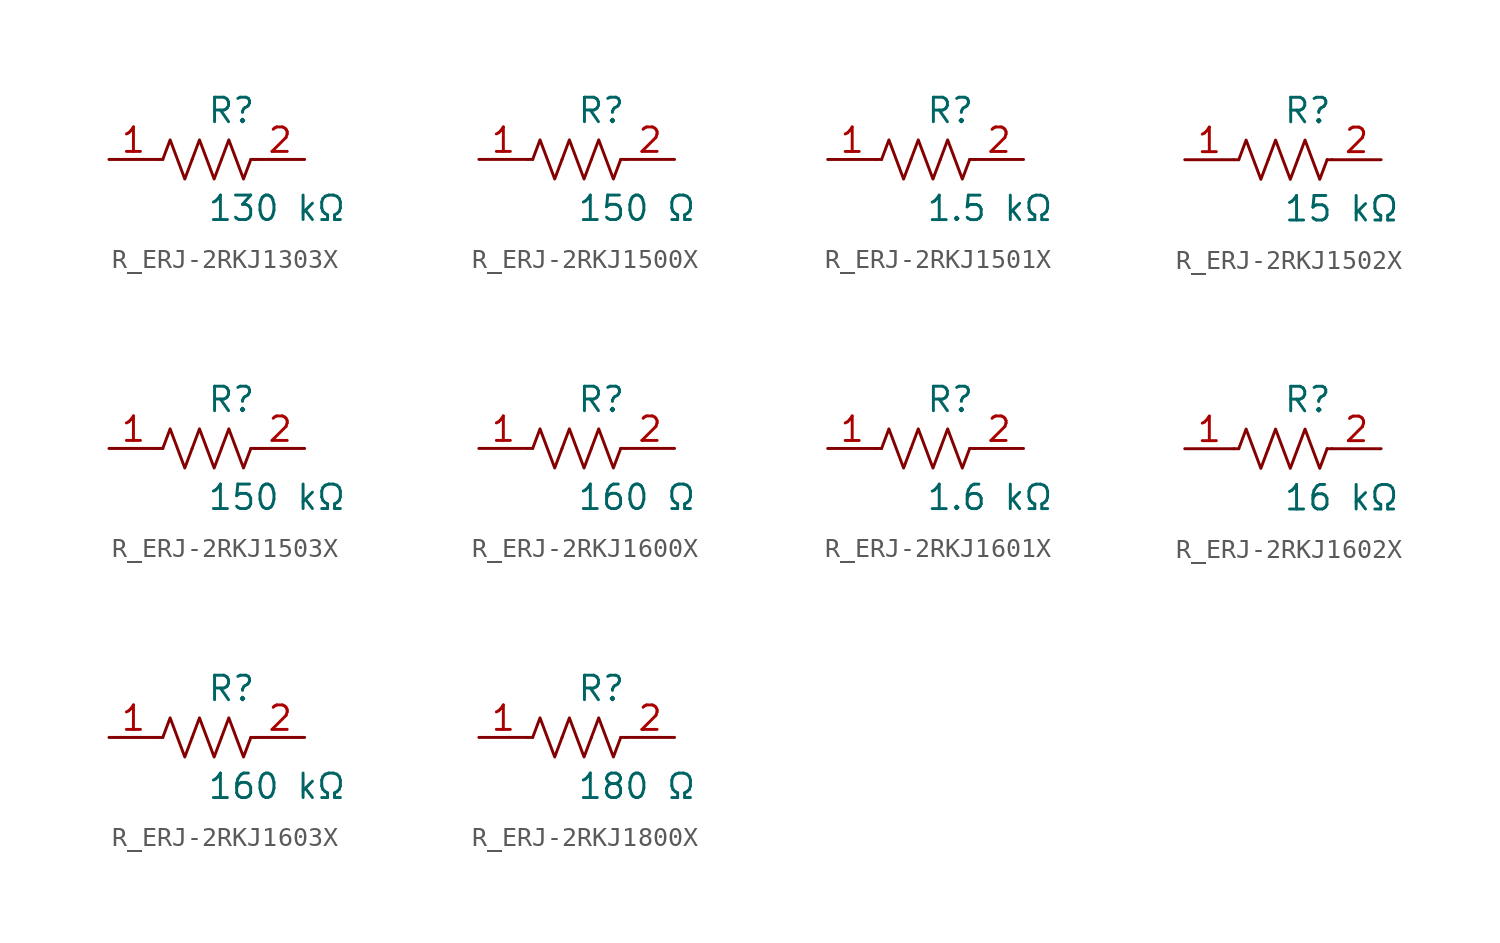
<source format=kicad_sym>
(kicad_symbol_lib
  (version 20231120)
  (generator kicad_symbol_editor)
  (generator_version 8.0)
  (symbol "R_ERJ-2RKJ1303X"
    (pin_names
      (offset 0.254))
    (property "Reference" "R"
      (at 0 2.54 0)
      (effects (font (size 1.27 1.27)) (justify left)))
    (property "Value" "130 kΩ"
      (at 0 -2.54 0)
      (effects (font (size 1.27 1.27)) (justify left)))
    (symbol "R_ERJ-2RKJ1303X_0_1"
      (polyline (pts (xy 2.286 0) (xy 2.54 0)) (stroke (width 0) (type default)) (fill (type none)))
      (polyline (pts (xy -2.286 0) (xy -2.54 0)) (stroke (width 0) (type default)) (fill (type none)))
      (polyline (pts (xy 0.762 0) (xy 1.143 1.016) (xy 1.524 0) (xy 1.905 -1.016) (xy 2.286 0)) (stroke (width 0) (type default)) (fill (type none)))
      (polyline (pts (xy -0.762 0) (xy -0.381 1.016) (xy 0 0) (xy 0.381 -1.016) (xy 0.762 0)) (stroke (width 0) (type default)) (fill (type none)))
      (polyline (pts (xy -2.286 0) (xy -1.905 1.016) (xy -1.524 0) (xy -1.143 -1.016) (xy -0.762 0)) (stroke (width 0) (type default)) (fill (type none))))
    (pin unspecified line
      (at -5.08 0 0)
      (length 2.54)
      (name "" (effects (font (size 1.27 1.27))))
      (number "1" (effects (font (size 1.27 1.27)))))
    (pin unspecified line
      (at 5.08 0 180)
      (length 2.54)
      (name "" (effects (font (size 1.27 1.27))))
      (number "2" (effects (font (size 1.27 1.27))))))
  (symbol "R_ERJ-2RKJ1500X"
    (pin_names
      (offset 0.254))
    (property "Reference" "R"
      (at 0 2.54 0)
      (effects (font (size 1.27 1.27)) (justify left)))
    (property "Value" "150 Ω"
      (at 0 -2.54 0)
      (effects (font (size 1.27 1.27)) (justify left)))
    (symbol "R_ERJ-2RKJ1500X_0_1"
      (polyline (pts (xy 2.286 0) (xy 2.54 0)) (stroke (width 0) (type default)) (fill (type none)))
      (polyline (pts (xy -2.286 0) (xy -2.54 0)) (stroke (width 0) (type default)) (fill (type none)))
      (polyline (pts (xy 0.762 0) (xy 1.143 1.016) (xy 1.524 0) (xy 1.905 -1.016) (xy 2.286 0)) (stroke (width 0) (type default)) (fill (type none)))
      (polyline (pts (xy -0.762 0) (xy -0.381 1.016) (xy 0 0) (xy 0.381 -1.016) (xy 0.762 0)) (stroke (width 0) (type default)) (fill (type none)))
      (polyline (pts (xy -2.286 0) (xy -1.905 1.016) (xy -1.524 0) (xy -1.143 -1.016) (xy -0.762 0)) (stroke (width 0) (type default)) (fill (type none))))
    (pin unspecified line
      (at -5.08 0 0)
      (length 2.54)
      (name "" (effects (font (size 1.27 1.27))))
      (number "1" (effects (font (size 1.27 1.27)))))
    (pin unspecified line
      (at 5.08 0 180)
      (length 2.54)
      (name "" (effects (font (size 1.27 1.27))))
      (number "2" (effects (font (size 1.27 1.27))))))
  (symbol "R_ERJ-2RKJ1501X"
    (pin_names
      (offset 0.254))
    (property "Reference" "R"
      (at 0 2.54 0)
      (effects (font (size 1.27 1.27)) (justify left)))
    (property "Value" "1.5 kΩ"
      (at 0 -2.54 0)
      (effects (font (size 1.27 1.27)) (justify left)))
    (symbol "R_ERJ-2RKJ1501X_0_1"
      (polyline (pts (xy 2.286 0) (xy 2.54 0)) (stroke (width 0) (type default)) (fill (type none)))
      (polyline (pts (xy -2.286 0) (xy -2.54 0)) (stroke (width 0) (type default)) (fill (type none)))
      (polyline (pts (xy 0.762 0) (xy 1.143 1.016) (xy 1.524 0) (xy 1.905 -1.016) (xy 2.286 0)) (stroke (width 0) (type default)) (fill (type none)))
      (polyline (pts (xy -0.762 0) (xy -0.381 1.016) (xy 0 0) (xy 0.381 -1.016) (xy 0.762 0)) (stroke (width 0) (type default)) (fill (type none)))
      (polyline (pts (xy -2.286 0) (xy -1.905 1.016) (xy -1.524 0) (xy -1.143 -1.016) (xy -0.762 0)) (stroke (width 0) (type default)) (fill (type none))))
    (pin unspecified line
      (at -5.08 0 0)
      (length 2.54)
      (name "" (effects (font (size 1.27 1.27))))
      (number "1" (effects (font (size 1.27 1.27)))))
    (pin unspecified line
      (at 5.08 0 180)
      (length 2.54)
      (name "" (effects (font (size 1.27 1.27))))
      (number "2" (effects (font (size 1.27 1.27))))))
  (symbol "R_ERJ-2RKJ1502X"
    (pin_names
      (offset 0.254))
    (property "Reference" "R"
      (at 0 2.54 0)
      (effects (font (size 1.27 1.27)) (justify left)))
    (property "Value" "15 kΩ"
      (at 0 -2.54 0)
      (effects (font (size 1.27 1.27)) (justify left)))
    (symbol "R_ERJ-2RKJ1502X_0_1"
      (polyline (pts (xy 2.286 0) (xy 2.54 0)) (stroke (width 0) (type default)) (fill (type none)))
      (polyline (pts (xy -2.286 0) (xy -2.54 0)) (stroke (width 0) (type default)) (fill (type none)))
      (polyline (pts (xy 0.762 0) (xy 1.143 1.016) (xy 1.524 0) (xy 1.905 -1.016) (xy 2.286 0)) (stroke (width 0) (type default)) (fill (type none)))
      (polyline (pts (xy -0.762 0) (xy -0.381 1.016) (xy 0 0) (xy 0.381 -1.016) (xy 0.762 0)) (stroke (width 0) (type default)) (fill (type none)))
      (polyline (pts (xy -2.286 0) (xy -1.905 1.016) (xy -1.524 0) (xy -1.143 -1.016) (xy -0.762 0)) (stroke (width 0) (type default)) (fill (type none))))
    (pin unspecified line
      (at -5.08 0 0)
      (length 2.54)
      (name "" (effects (font (size 1.27 1.27))))
      (number "1" (effects (font (size 1.27 1.27)))))
    (pin unspecified line
      (at 5.08 0 180)
      (length 2.54)
      (name "" (effects (font (size 1.27 1.27))))
      (number "2" (effects (font (size 1.27 1.27))))))
  (symbol "R_ERJ-2RKJ1503X"
    (pin_names
      (offset 0.254))
    (property "Reference" "R"
      (at 0 2.54 0)
      (effects (font (size 1.27 1.27)) (justify left)))
    (property "Value" "150 kΩ"
      (at 0 -2.54 0)
      (effects (font (size 1.27 1.27)) (justify left)))
    (symbol "R_ERJ-2RKJ1503X_0_1"
      (polyline (pts (xy 2.286 0) (xy 2.54 0)) (stroke (width 0) (type default)) (fill (type none)))
      (polyline (pts (xy -2.286 0) (xy -2.54 0)) (stroke (width 0) (type default)) (fill (type none)))
      (polyline (pts (xy 0.762 0) (xy 1.143 1.016) (xy 1.524 0) (xy 1.905 -1.016) (xy 2.286 0)) (stroke (width 0) (type default)) (fill (type none)))
      (polyline (pts (xy -0.762 0) (xy -0.381 1.016) (xy 0 0) (xy 0.381 -1.016) (xy 0.762 0)) (stroke (width 0) (type default)) (fill (type none)))
      (polyline (pts (xy -2.286 0) (xy -1.905 1.016) (xy -1.524 0) (xy -1.143 -1.016) (xy -0.762 0)) (stroke (width 0) (type default)) (fill (type none))))
    (pin unspecified line
      (at -5.08 0 0)
      (length 2.54)
      (name "" (effects (font (size 1.27 1.27))))
      (number "1" (effects (font (size 1.27 1.27)))))
    (pin unspecified line
      (at 5.08 0 180)
      (length 2.54)
      (name "" (effects (font (size 1.27 1.27))))
      (number "2" (effects (font (size 1.27 1.27))))))
  (symbol "R_ERJ-2RKJ1600X"
    (pin_names
      (offset 0.254))
    (property "Reference" "R"
      (at 0 2.54 0)
      (effects (font (size 1.27 1.27)) (justify left)))
    (property "Value" "160 Ω"
      (at 0 -2.54 0)
      (effects (font (size 1.27 1.27)) (justify left)))
    (symbol "R_ERJ-2RKJ1600X_0_1"
      (polyline (pts (xy 2.286 0) (xy 2.54 0)) (stroke (width 0) (type default)) (fill (type none)))
      (polyline (pts (xy -2.286 0) (xy -2.54 0)) (stroke (width 0) (type default)) (fill (type none)))
      (polyline (pts (xy 0.762 0) (xy 1.143 1.016) (xy 1.524 0) (xy 1.905 -1.016) (xy 2.286 0)) (stroke (width 0) (type default)) (fill (type none)))
      (polyline (pts (xy -0.762 0) (xy -0.381 1.016) (xy 0 0) (xy 0.381 -1.016) (xy 0.762 0)) (stroke (width 0) (type default)) (fill (type none)))
      (polyline (pts (xy -2.286 0) (xy -1.905 1.016) (xy -1.524 0) (xy -1.143 -1.016) (xy -0.762 0)) (stroke (width 0) (type default)) (fill (type none))))
    (pin unspecified line
      (at -5.08 0 0)
      (length 2.54)
      (name "" (effects (font (size 1.27 1.27))))
      (number "1" (effects (font (size 1.27 1.27)))))
    (pin unspecified line
      (at 5.08 0 180)
      (length 2.54)
      (name "" (effects (font (size 1.27 1.27))))
      (number "2" (effects (font (size 1.27 1.27))))))
  (symbol "R_ERJ-2RKJ1601X"
    (pin_names
      (offset 0.254))
    (property "Reference" "R"
      (at 0 2.54 0)
      (effects (font (size 1.27 1.27)) (justify left)))
    (property "Value" "1.6 kΩ"
      (at 0 -2.54 0)
      (effects (font (size 1.27 1.27)) (justify left)))
    (symbol "R_ERJ-2RKJ1601X_0_1"
      (polyline (pts (xy 2.286 0) (xy 2.54 0)) (stroke (width 0) (type default)) (fill (type none)))
      (polyline (pts (xy -2.286 0) (xy -2.54 0)) (stroke (width 0) (type default)) (fill (type none)))
      (polyline (pts (xy 0.762 0) (xy 1.143 1.016) (xy 1.524 0) (xy 1.905 -1.016) (xy 2.286 0)) (stroke (width 0) (type default)) (fill (type none)))
      (polyline (pts (xy -0.762 0) (xy -0.381 1.016) (xy 0 0) (xy 0.381 -1.016) (xy 0.762 0)) (stroke (width 0) (type default)) (fill (type none)))
      (polyline (pts (xy -2.286 0) (xy -1.905 1.016) (xy -1.524 0) (xy -1.143 -1.016) (xy -0.762 0)) (stroke (width 0) (type default)) (fill (type none))))
    (pin unspecified line
      (at -5.08 0 0)
      (length 2.54)
      (name "" (effects (font (size 1.27 1.27))))
      (number "1" (effects (font (size 1.27 1.27)))))
    (pin unspecified line
      (at 5.08 0 180)
      (length 2.54)
      (name "" (effects (font (size 1.27 1.27))))
      (number "2" (effects (font (size 1.27 1.27))))))
  (symbol "R_ERJ-2RKJ1602X"
    (pin_names
      (offset 0.254))
    (property "Reference" "R"
      (at 0 2.54 0)
      (effects (font (size 1.27 1.27)) (justify left)))
    (property "Value" "16 kΩ"
      (at 0 -2.54 0)
      (effects (font (size 1.27 1.27)) (justify left)))
    (symbol "R_ERJ-2RKJ1602X_0_1"
      (polyline (pts (xy 2.286 0) (xy 2.54 0)) (stroke (width 0) (type default)) (fill (type none)))
      (polyline (pts (xy -2.286 0) (xy -2.54 0)) (stroke (width 0) (type default)) (fill (type none)))
      (polyline (pts (xy 0.762 0) (xy 1.143 1.016) (xy 1.524 0) (xy 1.905 -1.016) (xy 2.286 0)) (stroke (width 0) (type default)) (fill (type none)))
      (polyline (pts (xy -0.762 0) (xy -0.381 1.016) (xy 0 0) (xy 0.381 -1.016) (xy 0.762 0)) (stroke (width 0) (type default)) (fill (type none)))
      (polyline (pts (xy -2.286 0) (xy -1.905 1.016) (xy -1.524 0) (xy -1.143 -1.016) (xy -0.762 0)) (stroke (width 0) (type default)) (fill (type none))))
    (pin unspecified line
      (at -5.08 0 0)
      (length 2.54)
      (name "" (effects (font (size 1.27 1.27))))
      (number "1" (effects (font (size 1.27 1.27)))))
    (pin unspecified line
      (at 5.08 0 180)
      (length 2.54)
      (name "" (effects (font (size 1.27 1.27))))
      (number "2" (effects (font (size 1.27 1.27))))))
  (symbol "R_ERJ-2RKJ1603X"
    (pin_names
      (offset 0.254))
    (property "Reference" "R"
      (at 0 2.54 0)
      (effects (font (size 1.27 1.27)) (justify left)))
    (property "Value" "160 kΩ"
      (at 0 -2.54 0)
      (effects (font (size 1.27 1.27)) (justify left)))
    (symbol "R_ERJ-2RKJ1603X_0_1"
      (polyline (pts (xy 2.286 0) (xy 2.54 0)) (stroke (width 0) (type default)) (fill (type none)))
      (polyline (pts (xy -2.286 0) (xy -2.54 0)) (stroke (width 0) (type default)) (fill (type none)))
      (polyline (pts (xy 0.762 0) (xy 1.143 1.016) (xy 1.524 0) (xy 1.905 -1.016) (xy 2.286 0)) (stroke (width 0) (type default)) (fill (type none)))
      (polyline (pts (xy -0.762 0) (xy -0.381 1.016) (xy 0 0) (xy 0.381 -1.016) (xy 0.762 0)) (stroke (width 0) (type default)) (fill (type none)))
      (polyline (pts (xy -2.286 0) (xy -1.905 1.016) (xy -1.524 0) (xy -1.143 -1.016) (xy -0.762 0)) (stroke (width 0) (type default)) (fill (type none))))
    (pin unspecified line
      (at -5.08 0 0)
      (length 2.54)
      (name "" (effects (font (size 1.27 1.27))))
      (number "1" (effects (font (size 1.27 1.27)))))
    (pin unspecified line
      (at 5.08 0 180)
      (length 2.54)
      (name "" (effects (font (size 1.27 1.27))))
      (number "2" (effects (font (size 1.27 1.27))))))
  (symbol "R_ERJ-2RKJ1800X"
    (pin_names
      (offset 0.254))
    (property "Reference" "R"
      (at 0 2.54 0)
      (effects (font (size 1.27 1.27)) (justify left)))
    (property "Value" "180 Ω"
      (at 0 -2.54 0)
      (effects (font (size 1.27 1.27)) (justify left)))
    (symbol "R_ERJ-2RKJ1800X_0_1"
      (polyline (pts (xy 2.286 0) (xy 2.54 0)) (stroke (width 0) (type default)) (fill (type none)))
      (polyline (pts (xy -2.286 0) (xy -2.54 0)) (stroke (width 0) (type default)) (fill (type none)))
      (polyline (pts (xy 0.762 0) (xy 1.143 1.016) (xy 1.524 0) (xy 1.905 -1.016) (xy 2.286 0)) (stroke (width 0) (type default)) (fill (type none)))
      (polyline (pts (xy -0.762 0) (xy -0.381 1.016) (xy 0 0) (xy 0.381 -1.016) (xy 0.762 0)) (stroke (width 0) (type default)) (fill (type none)))
      (polyline (pts (xy -2.286 0) (xy -1.905 1.016) (xy -1.524 0) (xy -1.143 -1.016) (xy -0.762 0)) (stroke (width 0) (type default)) (fill (type none))))
    (pin unspecified line
      (at -5.08 0 0)
      (length 2.54)
      (name "" (effects (font (size 1.27 1.27))))
      (number "1" (effects (font (size 1.27 1.27)))))
    (pin unspecified line
      (at 5.08 0 180)
      (length 2.54)
      (name "" (effects (font (size 1.27 1.27))))
      (number "2" (effects (font (size 1.27 1.27)))))))
</source>
